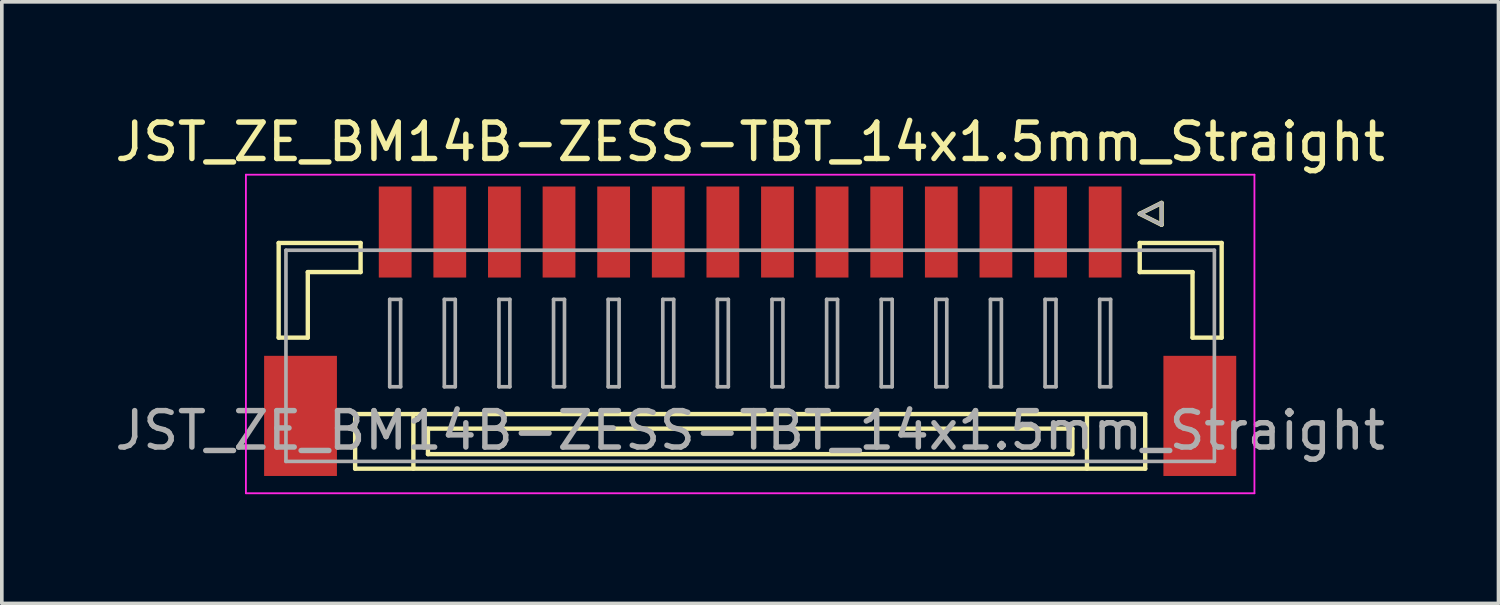
<source format=kicad_pcb>
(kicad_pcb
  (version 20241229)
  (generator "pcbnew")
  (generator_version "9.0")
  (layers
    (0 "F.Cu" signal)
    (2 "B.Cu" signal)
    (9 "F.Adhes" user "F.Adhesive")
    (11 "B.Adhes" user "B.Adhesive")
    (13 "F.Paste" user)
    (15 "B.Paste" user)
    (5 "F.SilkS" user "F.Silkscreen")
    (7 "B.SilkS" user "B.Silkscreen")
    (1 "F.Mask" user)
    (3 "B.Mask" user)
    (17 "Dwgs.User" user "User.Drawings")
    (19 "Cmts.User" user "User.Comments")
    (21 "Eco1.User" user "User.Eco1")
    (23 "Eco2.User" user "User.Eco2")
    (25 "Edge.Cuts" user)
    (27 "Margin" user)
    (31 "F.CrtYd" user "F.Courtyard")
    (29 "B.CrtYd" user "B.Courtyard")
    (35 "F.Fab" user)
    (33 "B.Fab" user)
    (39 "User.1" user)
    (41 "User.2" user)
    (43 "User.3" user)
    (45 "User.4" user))
  (footprint "JST_ZE_BM14B-ZESS-TBT_14x1.5mm_Straight"
    (layer "F.Cu")
    (at 17.554 5.848)
    (property "Reference" "JST_ZE_BM14B-ZESS-TBT_14x1.5mm_Straight" (at 0 -5 0) (layer "F.SilkS") (effects (font (size 1 1) (thickness 0.15))))
    (attr smd)
    (fp_line (start -12.95 -2.225) (end -12.95 0.375) (stroke (width 0.12) (type solid)) (layer "F.SilkS"))
    (fp_line (start -12.95 0.375) (end -12.15 0.375) (stroke (width 0.12) (type solid)) (layer "F.SilkS"))
    (fp_line (start -12.15 -1.425) (end -10.7 -1.425) (stroke (width 0.12) (type solid)) (layer "F.SilkS"))
    (fp_line (start -12.15 0.375) (end -12.15 -1.425) (stroke (width 0.12) (type solid)) (layer "F.SilkS"))
    (fp_line (start -10.85 2.475) (end -10.85 3.975) (stroke (width 0.12) (type solid)) (layer "F.SilkS"))
    (fp_line (start -10.85 3.975) (end 10.85 3.975) (stroke (width 0.12) (type solid)) (layer "F.SilkS"))
    (fp_line (start -10.7 -2.225) (end -12.95 -2.225) (stroke (width 0.12) (type solid)) (layer "F.SilkS"))
    (fp_line (start -10.7 -1.425) (end -10.7 -2.225) (stroke (width 0.12) (type solid)) (layer "F.SilkS"))
    (fp_line (start -9.25 2.475) (end -9.25 3.975) (stroke (width 0.12) (type solid)) (layer "F.SilkS"))
    (fp_line (start -8.85 2.875) (end -8.85 3.575) (stroke (width 0.12) (type solid)) (layer "F.SilkS"))
    (fp_line (start -8.85 3.575) (end 8.85 3.575) (stroke (width 0.12) (type solid)) (layer "F.SilkS"))
    (fp_line (start 8.85 2.875) (end -8.85 2.875) (stroke (width 0.12) (type solid)) (layer "F.SilkS"))
    (fp_line (start 8.85 3.575) (end 8.85 2.875) (stroke (width 0.12) (type solid)) (layer "F.SilkS"))
    (fp_line (start 9.25 2.475) (end 9.25 3.975) (stroke (width 0.12) (type solid)) (layer "F.SilkS"))
    (fp_line (start 10.7 -3.025) (end 11.3 -3.325) (stroke (width 0.12) (type solid)) (layer "F.SilkS"))
    (fp_line (start 10.7 -2.225) (end 12.95 -2.225) (stroke (width 0.12) (type solid)) (layer "F.SilkS"))
    (fp_line (start 10.7 -1.425) (end 10.7 -2.225) (stroke (width 0.12) (type solid)) (layer "F.SilkS"))
    (fp_line (start 10.85 2.475) (end -10.85 2.475) (stroke (width 0.12) (type solid)) (layer "F.SilkS"))
    (fp_line (start 10.85 3.975) (end 10.85 2.475) (stroke (width 0.12) (type solid)) (layer "F.SilkS"))
    (fp_line (start 11.3 -3.325) (end 11.3 -2.725) (stroke (width 0.12) (type solid)) (layer "F.SilkS"))
    (fp_line (start 11.3 -2.725) (end 10.7 -3.025) (stroke (width 0.12) (type solid)) (layer "F.SilkS"))
    (fp_line (start 12.15 -1.425) (end 10.7 -1.425) (stroke (width 0.12) (type solid)) (layer "F.SilkS"))
    (fp_line (start 12.15 0.375) (end 12.15 -1.425) (stroke (width 0.12) (type solid)) (layer "F.SilkS"))
    (fp_line (start 12.95 -2.225) (end 12.95 0.375) (stroke (width 0.12) (type solid)) (layer "F.SilkS"))
    (fp_line (start 12.95 0.375) (end 12.15 0.375) (stroke (width 0.12) (type solid)) (layer "F.SilkS"))
    (fp_line (start -13.85 -4.1) (end -13.85 4.65) (stroke (width 0.05) (type solid)) (layer "F.CrtYd"))
    (fp_line (start -13.85 4.65) (end 13.85 4.65) (stroke (width 0.05) (type solid)) (layer "F.CrtYd"))
    (fp_line (start 13.85 -4.1) (end -13.85 -4.1) (stroke (width 0.05) (type solid)) (layer "F.CrtYd"))
    (fp_line (start 13.85 4.65) (end 13.85 -4.1) (stroke (width 0.05) (type solid)) (layer "F.CrtYd"))
    (fp_line (start -12.75 -2.025) (end -12.75 3.775) (stroke (width 0.1) (type solid)) (layer "F.Fab"))
    (fp_line (start -12.75 3.775) (end 12.75 3.775) (stroke (width 0.1) (type solid)) (layer "F.Fab"))
    (fp_line (start -9.9 -0.675) (end -9.9 1.725) (stroke (width 0.1) (type solid)) (layer "F.Fab"))
    (fp_line (start -9.9 1.725) (end -9.6 1.725) (stroke (width 0.1) (type solid)) (layer "F.Fab"))
    (fp_line (start -9.6 -0.675) (end -9.9 -0.675) (stroke (width 0.1) (type solid)) (layer "F.Fab"))
    (fp_line (start -9.6 1.725) (end -9.6 -0.675) (stroke (width 0.1) (type solid)) (layer "F.Fab"))
    (fp_line (start -8.4 -0.675) (end -8.4 1.725) (stroke (width 0.1) (type solid)) (layer "F.Fab"))
    (fp_line (start -8.4 1.725) (end -8.1 1.725) (stroke (width 0.1) (type solid)) (layer "F.Fab"))
    (fp_line (start -8.1 -0.675) (end -8.4 -0.675) (stroke (width 0.1) (type solid)) (layer "F.Fab"))
    (fp_line (start -8.1 1.725) (end -8.1 -0.675) (stroke (width 0.1) (type solid)) (layer "F.Fab"))
    (fp_line (start -6.9 -0.675) (end -6.9 1.725) (stroke (width 0.1) (type solid)) (layer "F.Fab"))
    (fp_line (start -6.9 1.725) (end -6.6 1.725) (stroke (width 0.1) (type solid)) (layer "F.Fab"))
    (fp_line (start -6.6 -0.675) (end -6.9 -0.675) (stroke (width 0.1) (type solid)) (layer "F.Fab"))
    (fp_line (start -6.6 1.725) (end -6.6 -0.675) (stroke (width 0.1) (type solid)) (layer "F.Fab"))
    (fp_line (start -5.4 -0.675) (end -5.4 1.725) (stroke (width 0.1) (type solid)) (layer "F.Fab"))
    (fp_line (start -5.4 1.725) (end -5.1 1.725) (stroke (width 0.1) (type solid)) (layer "F.Fab"))
    (fp_line (start -5.1 -0.675) (end -5.4 -0.675) (stroke (width 0.1) (type solid)) (layer "F.Fab"))
    (fp_line (start -5.1 1.725) (end -5.1 -0.675) (stroke (width 0.1) (type solid)) (layer "F.Fab"))
    (fp_line (start -3.9 -0.675) (end -3.9 1.725) (stroke (width 0.1) (type solid)) (layer "F.Fab"))
    (fp_line (start -3.9 1.725) (end -3.6 1.725) (stroke (width 0.1) (type solid)) (layer "F.Fab"))
    (fp_line (start -3.6 -0.675) (end -3.9 -0.675) (stroke (width 0.1) (type solid)) (layer "F.Fab"))
    (fp_line (start -3.6 1.725) (end -3.6 -0.675) (stroke (width 0.1) (type solid)) (layer "F.Fab"))
    (fp_line (start -2.4 -0.675) (end -2.4 1.725) (stroke (width 0.1) (type solid)) (layer "F.Fab"))
    (fp_line (start -2.4 1.725) (end -2.1 1.725) (stroke (width 0.1) (type solid)) (layer "F.Fab"))
    (fp_line (start -2.1 -0.675) (end -2.4 -0.675) (stroke (width 0.1) (type solid)) (layer "F.Fab"))
    (fp_line (start -2.1 1.725) (end -2.1 -0.675) (stroke (width 0.1) (type solid)) (layer "F.Fab"))
    (fp_line (start -0.9 -0.675) (end -0.9 1.725) (stroke (width 0.1) (type solid)) (layer "F.Fab"))
    (fp_line (start -0.9 1.725) (end -0.6 1.725) (stroke (width 0.1) (type solid)) (layer "F.Fab"))
    (fp_line (start -0.6 -0.675) (end -0.9 -0.675) (stroke (width 0.1) (type solid)) (layer "F.Fab"))
    (fp_line (start -0.6 1.725) (end -0.6 -0.675) (stroke (width 0.1) (type solid)) (layer "F.Fab"))
    (fp_line (start 0.6 -0.675) (end 0.6 1.725) (stroke (width 0.1) (type solid)) (layer "F.Fab"))
    (fp_line (start 0.6 1.725) (end 0.9 1.725) (stroke (width 0.1) (type solid)) (layer "F.Fab"))
    (fp_line (start 0.9 -0.675) (end 0.6 -0.675) (stroke (width 0.1) (type solid)) (layer "F.Fab"))
    (fp_line (start 0.9 1.725) (end 0.9 -0.675) (stroke (width 0.1) (type solid)) (layer "F.Fab"))
    (fp_line (start 2.1 -0.675) (end 2.1 1.725) (stroke (width 0.1) (type solid)) (layer "F.Fab"))
    (fp_line (start 2.1 1.725) (end 2.4 1.725) (stroke (width 0.1) (type solid)) (layer "F.Fab"))
    (fp_line (start 2.4 -0.675) (end 2.1 -0.675) (stroke (width 0.1) (type solid)) (layer "F.Fab"))
    (fp_line (start 2.4 1.725) (end 2.4 -0.675) (stroke (width 0.1) (type solid)) (layer "F.Fab"))
    (fp_line (start 3.6 -0.675) (end 3.6 1.725) (stroke (width 0.1) (type solid)) (layer "F.Fab"))
    (fp_line (start 3.6 1.725) (end 3.9 1.725) (stroke (width 0.1) (type solid)) (layer "F.Fab"))
    (fp_line (start 3.9 -0.675) (end 3.6 -0.675) (stroke (width 0.1) (type solid)) (layer "F.Fab"))
    (fp_line (start 3.9 1.725) (end 3.9 -0.675) (stroke (width 0.1) (type solid)) (layer "F.Fab"))
    (fp_line (start 5.1 -0.675) (end 5.1 1.725) (stroke (width 0.1) (type solid)) (layer "F.Fab"))
    (fp_line (start 5.1 1.725) (end 5.4 1.725) (stroke (width 0.1) (type solid)) (layer "F.Fab"))
    (fp_line (start 5.4 -0.675) (end 5.1 -0.675) (stroke (width 0.1) (type solid)) (layer "F.Fab"))
    (fp_line (start 5.4 1.725) (end 5.4 -0.675) (stroke (width 0.1) (type solid)) (layer "F.Fab"))
    (fp_line (start 6.6 -0.675) (end 6.6 1.725) (stroke (width 0.1) (type solid)) (layer "F.Fab"))
    (fp_line (start 6.6 1.725) (end 6.9 1.725) (stroke (width 0.1) (type solid)) (layer "F.Fab"))
    (fp_line (start 6.9 -0.675) (end 6.6 -0.675) (stroke (width 0.1) (type solid)) (layer "F.Fab"))
    (fp_line (start 6.9 1.725) (end 6.9 -0.675) (stroke (width 0.1) (type solid)) (layer "F.Fab"))
    (fp_line (start 8.1 -0.675) (end 8.1 1.725) (stroke (width 0.1) (type solid)) (layer "F.Fab"))
    (fp_line (start 8.1 1.725) (end 8.4 1.725) (stroke (width 0.1) (type solid)) (layer "F.Fab"))
    (fp_line (start 8.4 -0.675) (end 8.1 -0.675) (stroke (width 0.1) (type solid)) (layer "F.Fab"))
    (fp_line (start 8.4 1.725) (end 8.4 -0.675) (stroke (width 0.1) (type solid)) (layer "F.Fab"))
    (fp_line (start 9.6 -0.675) (end 9.6 1.725) (stroke (width 0.1) (type solid)) (layer "F.Fab"))
    (fp_line (start 9.6 1.725) (end 9.9 1.725) (stroke (width 0.1) (type solid)) (layer "F.Fab"))
    (fp_line (start 9.9 -0.675) (end 9.6 -0.675) (stroke (width 0.1) (type solid)) (layer "F.Fab"))
    (fp_line (start 9.9 1.725) (end 9.9 -0.675) (stroke (width 0.1) (type solid)) (layer "F.Fab"))
    (fp_line (start 10.7 -3.025) (end 11.3 -3.325) (stroke (width 0.1) (type solid)) (layer "F.Fab"))
    (fp_line (start 11.3 -3.325) (end 11.3 -2.725) (stroke (width 0.1) (type solid)) (layer "F.Fab"))
    (fp_line (start 11.3 -2.725) (end 10.7 -3.025) (stroke (width 0.1) (type solid)) (layer "F.Fab"))
    (fp_line (start 12.75 -2.025) (end -12.75 -2.025) (stroke (width 0.1) (type solid)) (layer "F.Fab"))
    (fp_line (start 12.75 3.775) (end 12.75 -2.025) (stroke (width 0.1) (type solid)) (layer "F.Fab"))
    (fp_text user "${REFERENCE}" (at 0 2.925 0) (layer "F.Fab") (effects (font (size 1 1) (thickness 0.15))))
    (pad "" smd rect (at -12.35 2.525) (size 2 3.3) (layers "F.Cu" "F.Mask" "F.Paste"))
    (pad "" smd rect (at 12.35 2.525) (size 2 3.3) (layers "F.Cu" "F.Mask" "F.Paste"))
    (pad "1" smd rect (at 9.75 -2.525) (size 0.9 2.5) (layers "F.Cu" "F.Mask" "F.Paste"))
    (pad "2" smd rect (at 8.25 -2.525) (size 0.9 2.5) (layers "F.Cu" "F.Mask" "F.Paste"))
    (pad "3" smd rect (at 6.75 -2.525) (size 0.9 2.5) (layers "F.Cu" "F.Mask" "F.Paste"))
    (pad "4" smd rect (at 5.25 -2.525) (size 0.9 2.5) (layers "F.Cu" "F.Mask" "F.Paste"))
    (pad "5" smd rect (at 3.75 -2.525) (size 0.9 2.5) (layers "F.Cu" "F.Mask" "F.Paste"))
    (pad "6" smd rect (at 2.25 -2.525) (size 0.9 2.5) (layers "F.Cu" "F.Mask" "F.Paste"))
    (pad "7" smd rect (at 0.75 -2.525) (size 0.9 2.5) (layers "F.Cu" "F.Mask" "F.Paste"))
    (pad "8" smd rect (at -0.75 -2.525) (size 0.9 2.5) (layers "F.Cu" "F.Mask" "F.Paste"))
    (pad "9" smd rect (at -2.25 -2.525) (size 0.9 2.5) (layers "F.Cu" "F.Mask" "F.Paste"))
    (pad "10" smd rect (at -3.75 -2.525) (size 0.9 2.5) (layers "F.Cu" "F.Mask" "F.Paste"))
    (pad "11" smd rect (at -5.25 -2.525) (size 0.9 2.5) (layers "F.Cu" "F.Mask" "F.Paste"))
    (pad "12" smd rect (at -6.75 -2.525) (size 0.9 2.5) (layers "F.Cu" "F.Mask" "F.Paste"))
    (pad "13" smd rect (at -8.25 -2.525) (size 0.9 2.5) (layers "F.Cu" "F.Mask" "F.Paste"))
    (pad "14" smd rect (at -9.75 -2.525) (size 0.9 2.5) (layers "F.Cu" "F.Mask" "F.Paste")))
  (gr_rect
    (start -3 -3)
    (end 38.107 13.523)
    (stroke (width 0.1) (type default))
    (fill no)
    (layer "Edge.Cuts")))
</source>
